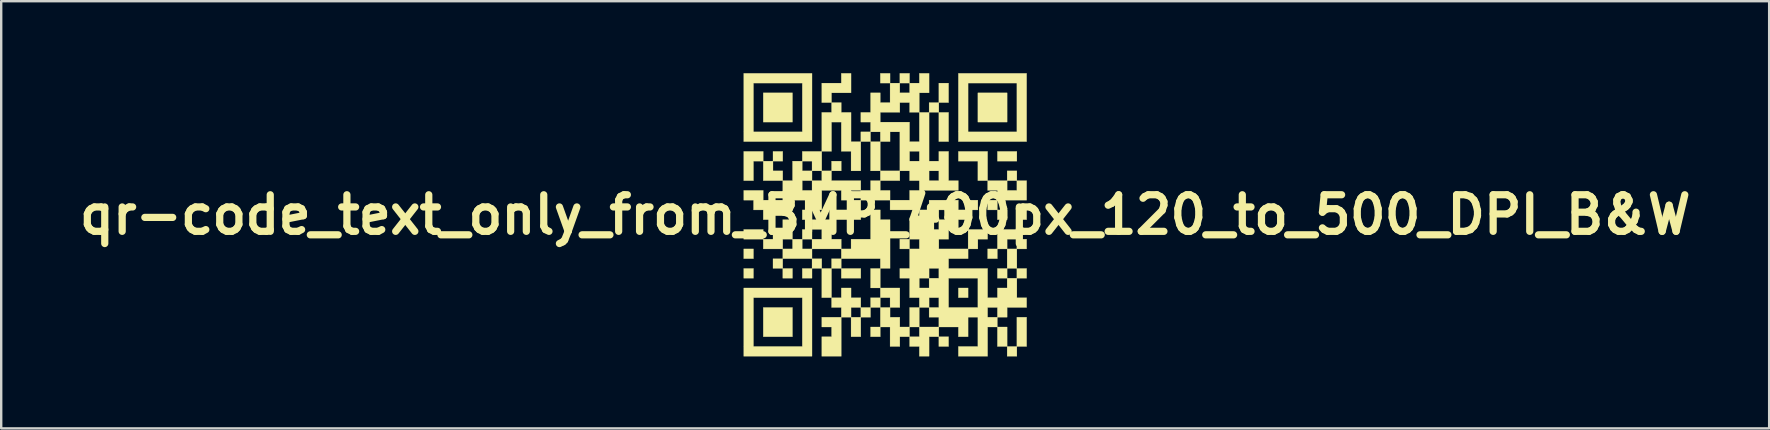
<source format=kicad_pcb>
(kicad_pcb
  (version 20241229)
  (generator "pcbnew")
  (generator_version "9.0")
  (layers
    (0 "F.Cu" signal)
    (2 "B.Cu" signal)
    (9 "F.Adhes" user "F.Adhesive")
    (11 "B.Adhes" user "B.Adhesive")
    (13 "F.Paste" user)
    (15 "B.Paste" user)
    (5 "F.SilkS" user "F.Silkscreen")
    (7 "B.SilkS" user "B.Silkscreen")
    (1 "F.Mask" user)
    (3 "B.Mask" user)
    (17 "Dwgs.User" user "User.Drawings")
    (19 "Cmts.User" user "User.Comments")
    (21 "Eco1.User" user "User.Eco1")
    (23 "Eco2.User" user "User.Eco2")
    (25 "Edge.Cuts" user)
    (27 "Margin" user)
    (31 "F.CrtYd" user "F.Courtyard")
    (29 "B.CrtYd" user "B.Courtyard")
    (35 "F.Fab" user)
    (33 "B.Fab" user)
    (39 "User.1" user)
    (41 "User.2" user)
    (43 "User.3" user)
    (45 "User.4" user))
  (footprint "qr-code_text_only_from_BMP_400px_120_to_500_DPI_B&W"
    (layer "F.Cu")
    (at 33.826 5.898)
    (property "Reference" "qr-code_text_only_from_BMP_400px_120_to_500_DPI_B&W" (at 0 0 0) (layer "F.SilkS") (effects (font (size 1.524 1.524) (thickness 0.3))))
    (attr through_hole)
    (fp_poly (pts (xy -5.486 1.829) (xy -5.893 1.829) (xy -5.893 1.422) (xy -5.486 1.422) (xy -5.486 1.829)) (stroke (width 0.01) (type solid)) (fill yes) (layer "F.SilkS"))
    (fp_poly (pts (xy -5.486 2.642) (xy -5.893 2.642) (xy -5.893 2.235) (xy -5.486 2.235) (xy -5.486 2.642)) (stroke (width 0.01) (type solid)) (fill yes) (layer "F.SilkS"))
    (fp_poly (pts (xy -5.08 1.016) (xy -5.893 1.016) (xy -5.893 0.61) (xy -5.08 0.61) (xy -5.08 1.016)) (stroke (width 0.01) (type solid)) (fill yes) (layer "F.SilkS"))
    (fp_poly (pts (xy -4.267 -2.235) (xy -4.674 -2.235) (xy -4.674 -2.642) (xy -4.267 -2.642) (xy -4.267 -2.235)) (stroke (width 0.01) (type solid)) (fill yes) (layer "F.SilkS"))
    (fp_poly (pts (xy -4.267 2.235) (xy -4.674 2.235) (xy -4.674 1.829) (xy -4.267 1.829) (xy -4.267 2.235)) (stroke (width 0.01) (type solid)) (fill yes) (layer "F.SilkS"))
    (fp_poly (pts (xy -3.861 -3.861) (xy -5.08 -3.861) (xy -5.08 -5.08) (xy -3.861 -5.08) (xy -3.861 -3.861)) (stroke (width 0.01) (type solid)) (fill yes) (layer "F.SilkS"))
    (fp_poly (pts (xy -3.861 2.642) (xy -4.267 2.642) (xy -4.267 2.235) (xy -3.861 2.235) (xy -3.861 2.642)) (stroke (width 0.01) (type solid)) (fill yes) (layer "F.SilkS"))
    (fp_poly (pts (xy -3.861 5.08) (xy -5.08 5.08) (xy -5.08 3.861) (xy -3.861 3.861) (xy -3.861 5.08)) (stroke (width 0.01) (type solid)) (fill yes) (layer "F.SilkS"))
    (fp_poly (pts (xy -3.048 0.203) (xy -3.454 0.203) (xy -3.454 -0.203) (xy -3.048 -0.203) (xy -3.048 0.203)) (stroke (width 0.01) (type solid)) (fill yes) (layer "F.SilkS"))
    (fp_poly (pts (xy -3.048 2.642) (xy -3.454 2.642) (xy -3.454 2.235) (xy -3.048 2.235) (xy -3.048 2.642)) (stroke (width 0.01) (type solid)) (fill yes) (layer "F.SilkS"))
    (fp_poly (pts (xy -2.642 2.235) (xy -3.048 2.235) (xy -3.048 1.829) (xy -2.642 1.829) (xy -2.642 2.235)) (stroke (width 0.01) (type solid)) (fill yes) (layer "F.SilkS"))
    (fp_poly (pts (xy -2.235 3.454) (xy -2.642 3.454) (xy -2.642 2.235) (xy -2.235 2.235) (xy -2.235 3.454)) (stroke (width 0.01) (type solid)) (fill yes) (layer "F.SilkS"))
    (fp_poly (pts (xy -1.829 -1.829) (xy -2.235 -1.829) (xy -2.235 -2.235) (xy -1.829 -2.235) (xy -1.829 -1.829)) (stroke (width 0.01) (type solid)) (fill yes) (layer "F.SilkS"))
    (fp_poly (pts (xy -1.829 2.235) (xy -2.235 2.235) (xy -2.235 1.829) (xy -1.829 1.829) (xy -1.829 2.235)) (stroke (width 0.01) (type solid)) (fill yes) (layer "F.SilkS"))
    (fp_poly (pts (xy -1.016 2.642) (xy -1.829 2.642) (xy -1.829 2.235) (xy -1.016 2.235) (xy -1.016 2.642)) (stroke (width 0.01) (type solid)) (fill yes) (layer "F.SilkS"))
    (fp_poly (pts (xy -0.61 -3.048) (xy -1.016 -3.048) (xy -1.016 -3.454) (xy -0.61 -3.454) (xy -0.61 -3.048)) (stroke (width 0.01) (type solid)) (fill yes) (layer "F.SilkS"))
    (fp_poly (pts (xy -0.203 -1.829) (xy -0.61 -1.829) (xy -0.61 -3.048) (xy -0.203 -3.048) (xy -0.203 -1.829)) (stroke (width 0.01) (type solid)) (fill yes) (layer "F.SilkS"))
    (fp_poly (pts (xy -0.203 3.048) (xy -0.61 3.048) (xy -0.61 2.235) (xy -0.203 2.235) (xy -0.203 3.048)) (stroke (width 0.01) (type solid)) (fill yes) (layer "F.SilkS"))
    (fp_poly (pts (xy -0.203 3.861) (xy -0.61 3.861) (xy -0.61 3.454) (xy -0.203 3.454) (xy -0.203 3.861)) (stroke (width 0.01) (type solid)) (fill yes) (layer "F.SilkS"))
    (fp_poly (pts (xy -0.203 5.08) (xy -0.61 5.08) (xy -0.61 4.674) (xy -0.203 4.674) (xy -0.203 5.08)) (stroke (width 0.01) (type solid)) (fill yes) (layer "F.SilkS"))
    (fp_poly (pts (xy 0.203 -5.486) (xy -0.203 -5.486) (xy -0.203 -5.893) (xy 0.203 -5.893) (xy 0.203 -5.486)) (stroke (width 0.01) (type solid)) (fill yes) (layer "F.SilkS"))
    (fp_poly (pts (xy 0.61 -1.422) (xy -0.203 -1.422) (xy -0.203 -1.829) (xy 0.61 -1.829) (xy 0.61 -1.422)) (stroke (width 0.01) (type solid)) (fill yes) (layer "F.SilkS"))
    (fp_poly (pts (xy 1.016 1.422) (xy 0.61 1.422) (xy 0.61 1.016) (xy 1.016 1.016) (xy 1.016 1.422)) (stroke (width 0.01) (type solid)) (fill yes) (layer "F.SilkS"))
    (fp_poly (pts (xy 1.422 4.674) (xy 1.016 4.674) (xy 1.016 3.861) (xy 1.422 3.861) (xy 1.422 4.674)) (stroke (width 0.01) (type solid)) (fill yes) (layer "F.SilkS"))
    (fp_poly (pts (xy 2.235 -4.267) (xy 1.829 -4.267) (xy 1.829 -4.674) (xy 2.235 -4.674) (xy 2.235 -4.267)) (stroke (width 0.01) (type solid)) (fill yes) (layer "F.SilkS"))
    (fp_poly (pts (xy 2.642 -4.674) (xy 2.235 -4.674) (xy 2.235 -5.486) (xy 2.642 -5.486) (xy 2.642 -4.674)) (stroke (width 0.01) (type solid)) (fill yes) (layer "F.SilkS"))
    (fp_poly (pts (xy 2.642 -3.048) (xy 2.235 -3.048) (xy 2.235 -4.267) (xy 2.642 -4.267) (xy 2.642 -3.048)) (stroke (width 0.01) (type solid)) (fill yes) (layer "F.SilkS"))
    (fp_poly (pts (xy 2.642 5.486) (xy 2.235 5.486) (xy 2.235 5.08) (xy 2.642 5.08) (xy 2.642 5.486)) (stroke (width 0.01) (type solid)) (fill yes) (layer "F.SilkS"))
    (fp_poly (pts (xy 3.454 3.454) (xy 3.048 3.454) (xy 3.048 3.048) (xy 3.454 3.048) (xy 3.454 3.454)) (stroke (width 0.01) (type solid)) (fill yes) (layer "F.SilkS"))
    (fp_poly (pts (xy 3.861 -0.203) (xy 3.454 -0.203) (xy 3.454 -0.61) (xy 3.861 -0.61) (xy 3.861 -0.203)) (stroke (width 0.01) (type solid)) (fill yes) (layer "F.SilkS"))
    (fp_poly (pts (xy 4.674 -0.203) (xy 4.267 -0.203) (xy 4.267 -0.61) (xy 4.674 -0.61) (xy 4.674 -0.203)) (stroke (width 0.01) (type solid)) (fill yes) (layer "F.SilkS"))
    (fp_poly (pts (xy 4.674 1.829) (xy 4.267 1.829) (xy 4.267 1.422) (xy 4.674 1.422) (xy 4.674 1.829)) (stroke (width 0.01) (type solid)) (fill yes) (layer "F.SilkS"))
    (fp_poly (pts (xy 5.08 -3.861) (xy 3.861 -3.861) (xy 3.861 -5.08) (xy 5.08 -5.08) (xy 5.08 -3.861)) (stroke (width 0.01) (type solid)) (fill yes) (layer "F.SilkS"))
    (fp_poly (pts (xy 5.08 0.203) (xy 4.674 0.203) (xy 4.674 -0.203) (xy 5.08 -0.203) (xy 5.08 0.203)) (stroke (width 0.01) (type solid)) (fill yes) (layer "F.SilkS"))
    (fp_poly (pts (xy 5.08 2.642) (xy 4.674 2.642) (xy 4.674 2.235) (xy 5.08 2.235) (xy 5.08 2.642)) (stroke (width 0.01) (type solid)) (fill yes) (layer "F.SilkS"))
    (fp_poly (pts (xy 5.08 5.486) (xy 4.674 5.486) (xy 4.674 4.674) (xy 5.08 4.674) (xy 5.08 5.486)) (stroke (width 0.01) (type solid)) (fill yes) (layer "F.SilkS"))
    (fp_poly (pts (xy 5.486 -2.235) (xy 4.674 -2.235) (xy 4.674 -2.642) (xy 5.486 -2.642) (xy 5.486 -2.235)) (stroke (width 0.01) (type solid)) (fill yes) (layer "F.SilkS"))
    (fp_poly (pts (xy 5.486 2.235) (xy 5.08 2.235) (xy 5.08 1.422) (xy 5.486 1.422) (xy 5.486 2.235)) (stroke (width 0.01) (type solid)) (fill yes) (layer "F.SilkS"))
    (fp_poly (pts (xy 5.486 5.893) (xy 5.08 5.893) (xy 5.08 5.486) (xy 5.486 5.486) (xy 5.486 5.893)) (stroke (width 0.01) (type solid)) (fill yes) (layer "F.SilkS"))
    (fp_poly (pts (xy 5.893 0.203) (xy 5.486 0.203) (xy 5.486 -0.203) (xy 5.893 -0.203) (xy 5.893 0.203)) (stroke (width 0.01) (type solid)) (fill yes) (layer "F.SilkS"))
    (fp_poly (pts (xy 5.893 1.422) (xy 5.486 1.422) (xy 5.486 1.016) (xy 5.893 1.016) (xy 5.893 1.422)) (stroke (width 0.01) (type solid)) (fill yes) (layer "F.SilkS"))
    (fp_poly (pts (xy 5.893 2.642) (xy 5.486 2.642) (xy 5.486 2.235) (xy 5.893 2.235) (xy 5.893 2.642)) (stroke (width 0.01) (type solid)) (fill yes) (layer "F.SilkS"))
    (fp_poly (pts (xy 5.893 5.486) (xy 5.486 5.486) (xy 5.486 4.267) (xy 5.893 4.267) (xy 5.893 5.486)) (stroke (width 0.01) (type solid)) (fill yes) (layer "F.SilkS"))
    (fp_poly (pts (xy -5.08 -2.235) (xy -5.486 -2.235) (xy -5.486 -1.422) (xy -5.893 -1.422) (xy -5.893 -2.642) (xy -5.08 -2.642) (xy -5.08 -2.235)) (stroke (width 0.01) (type solid)) (fill yes) (layer "F.SilkS"))
    (fp_poly (pts (xy -4.674 -1.829) (xy -4.267 -1.829) (xy -4.267 -1.422) (xy -5.08 -1.422) (xy -5.08 -2.235) (xy -4.674 -2.235) (xy -4.674 -1.829)) (stroke (width 0.01) (type solid)) (fill yes) (layer "F.SilkS"))
    (fp_poly (pts (xy -1.016 0.203) (xy -2.235 0.203) (xy -2.235 -0.203) (xy -1.422 -0.203) (xy -1.422 -0.61) (xy -1.016 -0.61) (xy -1.016 0.203)) (stroke (width 0.01) (type solid)) (fill yes) (layer "F.SilkS"))
    (fp_poly (pts (xy 0.61 3.861) (xy 0.203 3.861) (xy 0.203 3.454) (xy -0.203 3.454) (xy -0.203 3.048) (xy 0.61 3.048) (xy 0.61 3.861)) (stroke (width 0.01) (type solid)) (fill yes) (layer "F.SilkS"))
    (fp_poly (pts (xy 1.422 -0.203) (xy 0.203 -0.203) (xy 0.203 -0.61) (xy 1.016 -0.61) (xy 1.016 -1.016) (xy 1.422 -1.016) (xy 1.422 -0.203)) (stroke (width 0.01) (type solid)) (fill yes) (layer "F.SilkS"))
    (fp_poly (pts (xy 4.267 -1.422) (xy 3.861 -1.422) (xy 3.861 -2.235) (xy 3.048 -2.235) (xy 3.048 -2.642) (xy 4.267 -2.642) (xy 4.267 -1.422)) (stroke (width 0.01) (type solid)) (fill yes) (layer "F.SilkS"))
    (fp_poly (pts (xy 4.267 1.016) (xy 3.861 1.016) (xy 3.861 1.422) (xy 3.454 1.422) (xy 3.454 0.61) (xy 4.267 0.61) (xy 4.267 1.016)) (stroke (width 0.01) (type solid)) (fill yes) (layer "F.SilkS"))
    (fp_poly (pts (xy 5.486 1.016) (xy 5.08 1.016) (xy 5.08 1.422) (xy 4.674 1.422) (xy 4.674 0.61) (xy 5.486 0.61) (xy 5.486 1.016)) (stroke (width 0.01) (type solid)) (fill yes) (layer "F.SilkS"))
    (fp_poly (pts (xy -1.829 5.893) (xy -2.642 5.893) (xy -2.642 5.08) (xy -2.235 5.08) (xy -2.235 4.674) (xy -2.642 4.674) (xy -2.642 4.267) (xy -1.829 4.267) (xy -1.829 5.893)) (stroke (width 0.01) (type solid)) (fill yes) (layer "F.SilkS"))
    (fp_poly (pts (xy -1.422 -5.08) (xy -2.235 -5.08) (xy -2.235 -4.674) (xy -2.642 -4.674) (xy -2.642 -5.486) (xy -1.829 -5.486) (xy -1.829 -5.893) (xy -1.422 -5.893) (xy -1.422 -5.08)) (stroke (width 0.01) (type solid)) (fill yes) (layer "F.SilkS"))
    (fp_poly (pts (xy -0.203 -1.016) (xy 0.203 -1.016) (xy 0.203 -0.61) (xy -1.016 -0.61) (xy -1.016 -1.016) (xy -0.61 -1.016) (xy -0.61 -1.422) (xy -0.203 -1.422) (xy -0.203 -1.016)) (stroke (width 0.01) (type solid)) (fill yes) (layer "F.SilkS"))
    (fp_poly (pts (xy 2.235 5.08) (xy 1.829 5.08) (xy 1.829 5.893) (xy 1.422 5.893) (xy 1.422 5.486) (xy 1.016 5.486) (xy 1.016 5.08) (xy 1.422 5.08) (xy 1.422 4.674) (xy 2.235 4.674) (xy 2.235 5.08)) (stroke (width 0.01) (type solid)) (fill yes) (layer "F.SilkS"))
    (fp_poly (pts (xy -3.048 -3.048) (xy -5.893 -3.048) (xy -5.893 -5.486) (xy -5.486 -5.486) (xy -5.486 -3.454) (xy -3.454 -3.454) (xy -3.454 -5.486) (xy -5.486 -5.486) (xy -5.893 -5.486) (xy -5.893 -5.893) (xy -3.048 -5.893) (xy -3.048 -3.048)) (stroke (width 0.01) (type solid)) (fill yes) (layer "F.SilkS"))
    (fp_poly (pts (xy -3.048 5.893) (xy -5.893 5.893) (xy -5.893 3.454) (xy -5.486 3.454) (xy -5.486 5.486) (xy -3.454 5.486) (xy -3.454 3.454) (xy -5.486 3.454) (xy -5.893 3.454) (xy -5.893 3.048) (xy -3.048 3.048) (xy -3.048 5.893)) (stroke (width 0.01) (type solid)) (fill yes) (layer "F.SilkS"))
    (fp_poly (pts (xy 5.893 -3.048) (xy 3.048 -3.048) (xy 3.048 -5.486) (xy 3.454 -5.486) (xy 3.454 -3.454) (xy 5.486 -3.454) (xy 5.486 -5.486) (xy 3.454 -5.486) (xy 3.048 -5.486) (xy 3.048 -5.893) (xy 5.893 -5.893) (xy 5.893 -3.048)) (stroke (width 0.01) (type solid)) (fill yes) (layer "F.SilkS"))
    (fp_poly (pts (xy -1.829 1.422) (xy -1.422 1.422) (xy -1.422 1.016) (xy -0.61 1.016) (xy -0.61 -0.203) (xy -0.203 -0.203) (xy -0.203 0.203) (xy 0.203 0.203) (xy 0.203 2.235) (xy -0.203 2.235) (xy -0.203 1.829) (xy -1.829 1.829) (xy -1.829 1.422)) (stroke (width 0.01) (type solid)) (fill yes) (layer "F.SilkS"))
    (fp_poly (pts (xy -0.203 3.861) (xy 0.203 3.861) (xy 0.203 4.267) (xy 0.61 4.267) (xy 0.61 4.674) (xy 1.016 4.674) (xy 1.016 5.08) (xy 0.61 5.08) (xy 0.61 5.486) (xy 0.203 5.486) (xy 0.203 4.674) (xy -0.203 4.674) (xy -0.203 3.861)) (stroke (width 0.01) (type solid)) (fill yes) (layer "F.SilkS"))
    (fp_poly (pts (xy 5.893 -1.422) (xy 5.893 -0.61) (xy 4.674 -0.61) (xy 4.674 -1.016) (xy 4.267 -1.016) (xy 4.267 -1.422) (xy 5.08 -1.422) (xy 5.08 -1.016) (xy 5.486 -1.016) (xy 5.486 -1.422) (xy 5.08 -1.422) (xy 5.08 -1.829) (xy 5.486 -1.829) (xy 5.486 -1.422) (xy 5.893 -1.422)) (stroke (width 0.01) (type solid)) (fill yes) (layer "F.SilkS"))
    (fp_poly (pts (xy -1.829 -4.267) (xy -1.422 -4.267) (xy -1.422 -3.048) (xy -1.016 -3.048) (xy -1.016 -1.829) (xy -1.422 -1.829) (xy -1.422 -2.642) (xy -1.829 -2.642) (xy -1.829 -3.861) (xy -2.235 -3.861) (xy -2.235 -2.642) (xy -2.642 -2.642) (xy -2.642 -4.267) (xy -2.235 -4.267) (xy -2.235 -4.674) (xy -1.829 -4.674) (xy -1.829 -4.267)) (stroke (width 0.01) (type solid)) (fill yes) (layer "F.SilkS"))
    (fp_poly (pts (xy -1.829 3.861) (xy -1.422 3.861) (xy -1.422 4.267) (xy -1.016 4.267) (xy -1.016 3.861) (xy -1.422 3.861) (xy -1.829 3.861) (xy -2.235 3.861) (xy -2.235 3.454) (xy -1.829 3.454) (xy -1.829 3.048) (xy -1.422 3.048) (xy -1.422 3.454) (xy -1.016 3.454) (xy -1.016 3.861) (xy -0.61 3.861) (xy -0.61 4.267) (xy -1.016 4.267) (xy -1.016 5.08) (xy -1.422 5.08) (xy -1.422 4.267) (xy -1.829 4.267) (xy -1.829 3.861)) (stroke (width 0.01) (type solid)) (fill yes) (layer "F.SilkS"))
    (fp_poly (pts (xy -3.861 1.016) (xy -3.454 1.016) (xy -3.454 1.422) (xy -3.048 1.422) (xy -3.048 1.016) (xy -3.454 1.016) (xy -3.454 0.61) (xy -3.048 0.61) (xy -3.048 1.016) (xy -2.642 1.016) (xy -2.642 0.61) (xy -3.048 0.61) (xy -3.048 0.203) (xy -2.235 0.203) (xy -2.235 1.016) (xy -1.829 1.016) (xy -1.829 1.422) (xy -3.048 1.422) (xy -3.048 1.829) (xy -4.267 1.829) (xy -4.267 1.422) (xy -5.08 1.422) (xy -5.08 1.016) (xy -4.674 1.016) (xy -4.267 1.016) (xy -4.267 1.422) (xy -3.861 1.422) (xy -3.861 1.016) (xy -4.267 1.016) (xy -4.674 1.016) (xy -4.674 0.61) (xy -4.267 0.61) (xy -4.267 0.203) (xy -3.861 0.203) (xy -3.861 1.016)) (stroke (width 0.01) (type solid)) (fill yes) (layer "F.SilkS"))
    (fp_poly (pts (xy -2.235 -1.829) (xy -2.235 -1.422) (xy -1.016 -1.422) (xy -1.016 -1.016) (xy -1.422 -1.016) (xy -1.422 -0.61) (xy -1.829 -0.61) (xy -1.829 -1.016) (xy -2.642 -1.016) (xy -2.642 -0.203) (xy -3.048 -0.203) (xy -3.048 -0.61) (xy -3.861 -0.61) (xy -3.861 -0.203) (xy -4.674 -0.203) (xy -4.674 0.203) (xy -5.08 0.203) (xy -5.08 -0.203) (xy -5.486 -0.203) (xy -5.486 -0.61) (xy -5.893 -0.61) (xy -5.893 -1.016) (xy -5.08 -1.016) (xy -5.08 -0.61) (xy -4.267 -0.61) (xy -4.267 -1.422) (xy -3.861 -1.422) (xy -3.454 -1.422) (xy -3.454 -1.016) (xy -3.048 -1.016) (xy -3.048 -1.422) (xy -3.454 -1.422) (xy -3.861 -1.422) (xy -3.861 -2.235) (xy -3.454 -2.235) (xy -3.454 -1.829) (xy -3.048 -1.829) (xy -3.048 -1.422) (xy -2.642 -1.422) (xy -2.642 -1.829) (xy -3.048 -1.829) (xy -3.048 -2.235) (xy -3.454 -2.235) (xy -3.454 -2.642) (xy -2.642 -2.642) (xy -2.642 -1.829) (xy -2.235 -1.829)) (stroke (width 0.01) (type solid)) (fill yes) (layer "F.SilkS"))
    (fp_poly (pts (xy -0.61 -3.861) (xy -1.016 -3.861) (xy -1.016 -4.267) (xy -0.61 -4.267) (xy -0.203 -4.267) (xy -0.203 -3.861) (xy 1.016 -3.861) (xy 1.016 -3.048) (xy 1.422 -3.048) (xy 1.422 -4.267) (xy 1.016 -4.267) (xy 1.016 -4.674) (xy 0.61 -4.674) (xy 0.61 -4.267) (xy -0.203 -4.267) (xy -0.61 -4.267) (xy -0.61 -5.08) (xy -0.203 -5.08) (xy -0.203 -4.674) (xy 0.203 -4.674) (xy 0.203 -5.486) (xy 0.61 -5.486) (xy 0.61 -5.08) (xy 1.016 -5.08) (xy 1.016 -5.486) (xy 0.61 -5.486) (xy 0.61 -5.893) (xy 1.016 -5.893) (xy 1.016 -5.486) (xy 1.422 -5.486) (xy 1.422 -5.893) (xy 1.829 -5.893) (xy 1.829 -5.08) (xy 1.422 -5.08) (xy 1.422 -4.267) (xy 1.829 -4.267) (xy 1.829 -2.235) (xy 2.235 -2.235) (xy 2.235 -2.642) (xy 2.642 -2.642) (xy 2.642 -1.422) (xy 3.048 -1.422) (xy 3.048 -1.016) (xy 1.422 -1.016) (xy 1.422 -1.422) (xy 1.016 -1.422) (xy 1.016 -1.829) (xy 1.829 -1.829) (xy 1.829 -1.422) (xy 2.235 -1.422) (xy 2.235 -1.829) (xy 1.829 -1.829) (xy 1.016 -1.829) (xy 0.61 -1.829) (xy 0.61 -2.642) (xy 1.016 -2.642) (xy 1.016 -2.235) (xy 1.422 -2.235) (xy 1.422 -2.642) (xy 1.016 -2.642) (xy 0.61 -2.642) (xy 0.61 -3.454) (xy 0.203 -3.454) (xy 0.203 -3.048) (xy -0.203 -3.048) (xy -0.203 -3.454) (xy -0.61 -3.454) (xy -0.61 -3.861)) (stroke (width 0.01) (type solid)) (fill yes) (layer "F.SilkS"))
    (fp_poly (pts (xy 2.235 4.267) (xy 1.829 4.267) (xy 1.829 3.861) (xy 1.422 3.861) (xy 1.422 3.454) (xy 1.829 3.454) (xy 1.829 3.861) (xy 2.235 3.861) (xy 2.235 3.454) (xy 1.829 3.454) (xy 1.422 3.454) (xy 1.016 3.454) (xy 1.016 2.642) (xy 1.422 2.642) (xy 1.422 3.048) (xy 1.829 3.048) (xy 1.829 2.642) (xy 1.422 2.642) (xy 1.016 2.642) (xy 0.61 2.642) (xy 0.61 2.235) (xy 1.016 2.235) (xy 1.829 2.235) (xy 1.829 2.642) (xy 2.235 2.642) (xy 2.642 2.642) (xy 2.642 3.861) (xy 3.861 3.861) (xy 4.267 3.861) (xy 4.267 4.267) (xy 4.674 4.267) (xy 4.674 3.861) (xy 4.267 3.861) (xy 3.861 3.861) (xy 3.861 2.642) (xy 2.642 2.642) (xy 2.235 2.642) (xy 2.235 2.235) (xy 1.829 2.235) (xy 1.016 2.235) (xy 1.016 1.422) (xy 1.422 1.422) (xy 1.422 1.016) (xy 1.016 1.016) (xy 1.016 0.203) (xy 1.422 0.203) (xy 1.829 0.203) (xy 1.829 0.61) (xy 2.235 0.61) (xy 2.235 0.203) (xy 1.829 0.203) (xy 1.422 0.203) (xy 1.422 -0.203) (xy 1.829 -0.203) (xy 2.235 -0.203) (xy 2.235 0.203) (xy 2.642 0.203) (xy 2.642 -0.203) (xy 2.235 -0.203) (xy 1.829 -0.203) (xy 1.829 -0.61) (xy 3.048 -0.61) (xy 3.048 -0.203) (xy 3.454 -0.203) (xy 3.454 0.203) (xy 3.048 0.203) (xy 3.048 0.61) (xy 2.642 0.61) (xy 2.642 1.016) (xy 2.235 1.016) (xy 2.235 1.422) (xy 3.454 1.422) (xy 3.454 1.829) (xy 2.642 1.829) (xy 2.642 2.235) (xy 4.267 2.235) (xy 4.267 3.454) (xy 4.674 3.454) (xy 4.674 3.048) (xy 5.08 3.048) (xy 5.08 2.642) (xy 5.486 2.642) (xy 5.486 3.454) (xy 5.893 3.454) (xy 5.893 3.861) (xy 5.08 3.861) (xy 5.08 4.267) (xy 4.674 4.267) (xy 4.674 4.674) (xy 4.267 4.674) (xy 4.267 5.893) (xy 3.048 5.893) (xy 3.048 5.486) (xy 3.861 5.486) (xy 3.861 4.267) (xy 3.454 4.267) (xy 3.454 5.08) (xy 3.048 5.08) (xy 3.048 4.674) (xy 2.235 4.674) (xy 2.235 4.267)) (stroke (width 0.01) (type solid)) (fill yes) (layer "F.SilkS")))
  (gr_rect
    (start -3 -3)
    (end 70.651 14.796)
    (stroke (width 0.1) (type default))
    (fill no)
    (layer "Edge.Cuts")))
</source>
